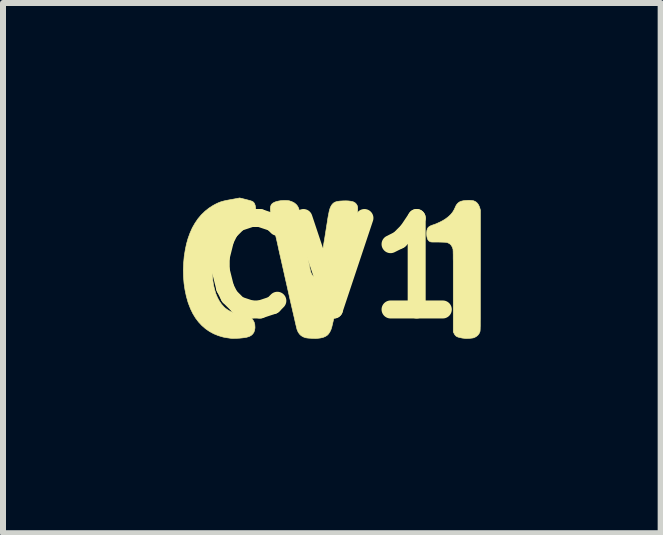
<source format=kicad_pcb>
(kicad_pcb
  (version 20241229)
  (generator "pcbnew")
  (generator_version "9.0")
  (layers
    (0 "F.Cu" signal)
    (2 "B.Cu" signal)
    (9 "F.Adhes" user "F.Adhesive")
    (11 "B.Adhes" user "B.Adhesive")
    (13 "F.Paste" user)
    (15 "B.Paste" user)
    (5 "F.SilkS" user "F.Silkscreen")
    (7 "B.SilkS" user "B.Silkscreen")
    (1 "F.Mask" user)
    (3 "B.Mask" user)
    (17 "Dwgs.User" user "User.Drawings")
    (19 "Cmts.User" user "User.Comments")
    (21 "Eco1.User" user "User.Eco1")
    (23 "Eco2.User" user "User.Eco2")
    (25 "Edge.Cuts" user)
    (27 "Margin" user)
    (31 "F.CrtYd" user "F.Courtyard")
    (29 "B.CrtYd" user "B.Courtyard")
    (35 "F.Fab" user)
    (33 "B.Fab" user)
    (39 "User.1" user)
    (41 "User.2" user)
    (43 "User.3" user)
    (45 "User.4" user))
  (footprint "CV1"
    (layer "F.Cu")
    (at 2.479 1.418)
    (property "Reference" "CV1" (at 0 0 0) (layer "F.SilkS") (effects (font (size 1.524 1.524) (thickness 0.3))))
    (attr through_hole)
    (fp_poly (pts (xy 2.302 -1.129) (xy 2.333 -1.127) (xy 2.359 -1.123) (xy 2.371 -1.119) (xy 2.401 -1.104) (xy 2.426 -1.082) (xy 2.447 -1.052) (xy 2.463 -1.016) (xy 2.467 -1.002) (xy 2.477 -0.966) (xy 2.477 0.035) (xy 2.476 0.146) (xy 2.476 0.248) (xy 2.476 0.342) (xy 2.476 0.428) (xy 2.476 0.508) (xy 2.476 0.58) (xy 2.476 0.645) (xy 2.476 0.704) (xy 2.476 0.757) (xy 2.476 0.804) (xy 2.476 0.846) (xy 2.475 0.882) (xy 2.475 0.915) (xy 2.475 0.943) (xy 2.475 0.966) (xy 2.474 0.987) (xy 2.474 1.004) (xy 2.473 1.018) (xy 2.473 1.029) (xy 2.472 1.038) (xy 2.472 1.045) (xy 2.471 1.051) (xy 2.47 1.055) (xy 2.469 1.059) (xy 2.469 1.061) (xy 2.454 1.093) (xy 2.433 1.12) (xy 2.405 1.142) (xy 2.372 1.159) (xy 2.366 1.161) (xy 2.347 1.165) (xy 2.323 1.168) (xy 2.295 1.171) (xy 2.267 1.172) (xy 2.24 1.173) (xy 2.217 1.171) (xy 2.216 1.171) (xy 2.174 1.166) (xy 2.14 1.159) (xy 2.112 1.152) (xy 2.09 1.144) (xy 2.073 1.134) (xy 2.059 1.121) (xy 2.047 1.105) (xy 2.04 1.092) (xy 2.025 1.062) (xy 2.025 0.383) (xy 2.025 0.289) (xy 2.025 0.203) (xy 2.025 0.125) (xy 2.025 0.054) (xy 2.025 -0.008) (xy 2.025 -0.064) (xy 2.025 -0.114) (xy 2.024 -0.157) (xy 2.024 -0.194) (xy 2.024 -0.225) (xy 2.023 -0.251) (xy 2.023 -0.273) (xy 2.022 -0.289) (xy 2.021 -0.302) (xy 2.021 -0.311) (xy 2.02 -0.316) (xy 2.02 -0.317) (xy 2.007 -0.353) (xy 1.989 -0.382) (xy 1.967 -0.404) (xy 1.938 -0.42) (xy 1.91 -0.429) (xy 1.898 -0.43) (xy 1.879 -0.431) (xy 1.853 -0.432) (xy 1.822 -0.433) (xy 1.786 -0.434) (xy 1.771 -0.434) (xy 1.735 -0.434) (xy 1.706 -0.434) (xy 1.684 -0.434) (xy 1.668 -0.435) (xy 1.655 -0.436) (xy 1.646 -0.438) (xy 1.639 -0.44) (xy 1.638 -0.441) (xy 1.618 -0.453) (xy 1.602 -0.473) (xy 1.591 -0.5) (xy 1.584 -0.534) (xy 1.581 -0.574) (xy 1.582 -0.593) (xy 1.585 -0.626) (xy 1.593 -0.653) (xy 1.605 -0.675) (xy 1.624 -0.692) (xy 1.65 -0.706) (xy 1.676 -0.716) (xy 1.736 -0.737) (xy 1.794 -0.763) (xy 1.849 -0.791) (xy 1.897 -0.821) (xy 1.939 -0.853) (xy 1.952 -0.864) (xy 1.986 -0.897) (xy 2.014 -0.932) (xy 2.037 -0.97) (xy 2.058 -1.014) (xy 2.063 -1.027) (xy 2.077 -1.053) (xy 2.097 -1.078) (xy 2.121 -1.098) (xy 2.146 -1.111) (xy 2.147 -1.111) (xy 2.171 -1.118) (xy 2.2 -1.124) (xy 2.234 -1.127) (xy 2.268 -1.129) (xy 2.302 -1.129)) (stroke (width 0.01) (type solid)) (fill yes) (layer "F.SilkS"))
    (fp_poly (pts (xy -1.436 -1.145) (xy -1.398 -1.135) (xy -1.368 -1.127) (xy -1.345 -1.12) (xy -1.327 -1.113) (xy -1.313 -1.105) (xy -1.303 -1.097) (xy -1.295 -1.087) (xy -1.288 -1.076) (xy -1.286 -1.072) (xy -1.275 -1.041) (xy -1.269 -1.006) (xy -1.268 -0.968) (xy -1.27 -0.949) (xy -1.277 -0.907) (xy -1.286 -0.873) (xy -1.298 -0.845) (xy -1.314 -0.822) (xy -1.325 -0.81) (xy -1.342 -0.796) (xy -1.361 -0.785) (xy -1.382 -0.776) (xy -1.407 -0.768) (xy -1.437 -0.762) (xy -1.474 -0.757) (xy -1.491 -0.756) (xy -1.527 -0.752) (xy -1.556 -0.748) (xy -1.581 -0.745) (xy -1.602 -0.741) (xy -1.621 -0.736) (xy -1.641 -0.731) (xy -1.649 -0.729) (xy -1.699 -0.711) (xy -1.745 -0.686) (xy -1.785 -0.656) (xy -1.821 -0.618) (xy -1.853 -0.573) (xy -1.881 -0.521) (xy -1.906 -0.461) (xy -1.909 -0.453) (xy -1.936 -0.371) (xy -1.957 -0.289) (xy -1.972 -0.207) (xy -1.983 -0.12) (xy -1.989 -0.055) (xy -1.992 0.036) (xy -1.989 0.123) (xy -1.982 0.206) (xy -1.97 0.285) (xy -1.952 0.36) (xy -1.931 0.429) (xy -1.904 0.493) (xy -1.873 0.55) (xy -1.838 0.601) (xy -1.799 0.645) (xy -1.774 0.668) (xy -1.735 0.696) (xy -1.696 0.719) (xy -1.658 0.734) (xy -1.623 0.743) (xy -1.607 0.744) (xy -1.552 0.748) (xy -1.499 0.758) (xy -1.45 0.772) (xy -1.404 0.792) (xy -1.365 0.815) (xy -1.34 0.835) (xy -1.313 0.866) (xy -1.294 0.9) (xy -1.283 0.939) (xy -1.28 0.981) (xy -1.28 0.999) (xy -1.287 1.039) (xy -1.299 1.072) (xy -1.319 1.1) (xy -1.345 1.123) (xy -1.377 1.14) (xy -1.417 1.152) (xy -1.424 1.154) (xy -1.457 1.159) (xy -1.497 1.164) (xy -1.539 1.168) (xy -1.583 1.17) (xy -1.624 1.171) (xy -1.66 1.171) (xy -1.666 1.171) (xy -1.689 1.169) (xy -1.716 1.165) (xy -1.746 1.161) (xy -1.775 1.156) (xy -1.801 1.151) (xy -1.811 1.149) (xy -1.892 1.125) (xy -1.968 1.094) (xy -2.039 1.055) (xy -2.104 1.01) (xy -2.165 0.957) (xy -2.22 0.898) (xy -2.27 0.832) (xy -2.315 0.758) (xy -2.354 0.678) (xy -2.388 0.59) (xy -2.396 0.567) (xy -2.424 0.468) (xy -2.446 0.363) (xy -2.462 0.255) (xy -2.471 0.143) (xy -2.474 0.031) (xy -2.469 -0.083) (xy -2.459 -0.196) (xy -2.441 -0.308) (xy -2.421 -0.403) (xy -2.394 -0.498) (xy -2.361 -0.588) (xy -2.323 -0.673) (xy -2.278 -0.751) (xy -2.229 -0.823) (xy -2.174 -0.888) (xy -2.113 -0.947) (xy -2.048 -0.999) (xy -1.978 -1.044) (xy -1.941 -1.064) (xy -1.915 -1.077) (xy -1.891 -1.088) (xy -1.869 -1.097) (xy -1.847 -1.105) (xy -1.823 -1.112) (xy -1.797 -1.119) (xy -1.766 -1.126) (xy -1.73 -1.133) (xy -1.687 -1.141) (xy -1.675 -1.143) (xy -1.535 -1.169) (xy -1.436 -1.145)) (stroke (width 0.01) (type solid)) (fill yes) (layer "F.SilkS"))
    (fp_poly (pts (xy -0.764 -1.127) (xy -0.742 -1.126) (xy -0.723 -1.124) (xy -0.71 -1.122) (xy -0.709 -1.122) (xy -0.664 -1.107) (xy -0.625 -1.087) (xy -0.594 -1.062) (xy -0.569 -1.032) (xy -0.552 -0.997) (xy -0.55 -0.992) (xy -0.547 -0.981) (xy -0.542 -0.961) (xy -0.537 -0.934) (xy -0.53 -0.901) (xy -0.523 -0.863) (xy -0.515 -0.82) (xy -0.506 -0.772) (xy -0.497 -0.722) (xy -0.488 -0.672) (xy -0.482 -0.637) (xy -0.475 -0.596) (xy -0.467 -0.552) (xy -0.458 -0.504) (xy -0.449 -0.455) (xy -0.44 -0.403) (xy -0.43 -0.351) (xy -0.421 -0.299) (xy -0.411 -0.248) (xy -0.402 -0.198) (xy -0.393 -0.151) (xy -0.385 -0.106) (xy -0.377 -0.066) (xy -0.37 -0.031) (xy -0.365 -0.001) (xy -0.36 0.023) (xy -0.356 0.039) (xy -0.355 0.047) (xy -0.343 0.083) (xy -0.328 0.112) (xy -0.312 0.132) (xy -0.294 0.144) (xy -0.291 0.144) (xy -0.275 0.147) (xy -0.262 0.141) (xy -0.252 0.128) (xy -0.249 0.119) (xy -0.244 0.103) (xy -0.237 0.081) (xy -0.23 0.055) (xy -0.221 0.025) (xy -0.213 -0.006) (xy -0.205 -0.037) (xy -0.197 -0.068) (xy -0.19 -0.097) (xy -0.184 -0.12) (xy -0.179 -0.147) (xy -0.172 -0.178) (xy -0.166 -0.214) (xy -0.158 -0.256) (xy -0.15 -0.304) (xy -0.141 -0.358) (xy -0.131 -0.42) (xy -0.119 -0.489) (xy -0.107 -0.566) (xy -0.094 -0.648) (xy -0.084 -0.711) (xy -0.075 -0.767) (xy -0.068 -0.815) (xy -0.061 -0.856) (xy -0.054 -0.892) (xy -0.048 -0.922) (xy -0.043 -0.947) (xy -0.037 -0.969) (xy -0.032 -0.987) (xy -0.026 -1.003) (xy -0.021 -1.016) (xy -0.014 -1.029) (xy -0.008 -1.04) (xy -0.003 -1.049) (xy 0.014 -1.07) (xy 0.033 -1.087) (xy 0.056 -1.1) (xy 0.084 -1.109) (xy 0.119 -1.115) (xy 0.137 -1.117) (xy 0.189 -1.12) (xy 0.237 -1.121) (xy 0.28 -1.119) (xy 0.318 -1.114) (xy 0.349 -1.107) (xy 0.364 -1.102) (xy 0.391 -1.086) (xy 0.412 -1.064) (xy 0.426 -1.037) (xy 0.432 -1.013) (xy 0.432 -0.996) (xy 0.432 -0.971) (xy 0.429 -0.941) (xy 0.425 -0.908) (xy 0.42 -0.872) (xy 0.414 -0.836) (xy 0.412 -0.827) (xy 0.408 -0.809) (xy 0.402 -0.783) (xy 0.395 -0.751) (xy 0.387 -0.712) (xy 0.377 -0.667) (xy 0.365 -0.617) (xy 0.353 -0.561) (xy 0.339 -0.502) (xy 0.325 -0.438) (xy 0.31 -0.37) (xy 0.294 -0.3) (xy 0.277 -0.227) (xy 0.26 -0.152) (xy 0.243 -0.076) (xy 0.225 0.001) (xy 0.208 0.079) (xy 0.19 0.156) (xy 0.173 0.233) (xy 0.155 0.309) (xy 0.138 0.384) (xy 0.122 0.456) (xy 0.106 0.526) (xy 0.091 0.592) (xy 0.076 0.655) (xy 0.063 0.714) (xy 0.05 0.769) (xy 0.039 0.818) (xy 0.029 0.862) (xy 0.02 0.899) (xy 0.013 0.93) (xy 0.007 0.954) (xy 0.003 0.97) (xy 0.002 0.977) (xy -0.013 1.024) (xy -0.032 1.064) (xy -0.053 1.096) (xy -0.079 1.122) (xy -0.111 1.141) (xy -0.148 1.156) (xy -0.191 1.165) (xy -0.223 1.169) (xy -0.243 1.171) (xy -0.261 1.172) (xy -0.275 1.173) (xy -0.28 1.173) (xy -0.289 1.172) (xy -0.304 1.172) (xy -0.324 1.171) (xy -0.346 1.17) (xy -0.353 1.169) (xy -0.377 1.168) (xy -0.4 1.166) (xy -0.42 1.163) (xy -0.434 1.161) (xy -0.436 1.161) (xy -0.476 1.146) (xy -0.51 1.126) (xy -0.538 1.099) (xy -0.561 1.065) (xy -0.578 1.025) (xy -0.581 1.016) (xy -0.583 1.006) (xy -0.588 0.988) (xy -0.594 0.962) (xy -0.602 0.929) (xy -0.611 0.89) (xy -0.621 0.844) (xy -0.633 0.793) (xy -0.646 0.737) (xy -0.66 0.676) (xy -0.675 0.611) (xy -0.691 0.542) (xy -0.707 0.47) (xy -0.724 0.395) (xy -0.741 0.319) (xy -0.759 0.24) (xy -0.777 0.161) (xy -0.795 0.08) (xy -0.813 -0.000035) (xy -0.831 -0.08) (xy -0.849 -0.16) (xy -0.867 -0.238) (xy -0.884 -0.314) (xy -0.9 -0.389) (xy -0.916 -0.46) (xy -0.932 -0.528) (xy -0.946 -0.593) (xy -0.959 -0.653) (xy -0.972 -0.709) (xy -0.983 -0.759) (xy -0.993 -0.804) (xy -1.001 -0.843) (xy -1.008 -0.875) (xy -1.013 -0.899) (xy -1.016 -0.917) (xy -1.018 -0.924) (xy -1.023 -0.964) (xy -1.024 -0.998) (xy -1.02 -1.026) (xy -1.011 -1.05) (xy -1.002 -1.065) (xy -0.984 -1.081) (xy -0.959 -1.096) (xy -0.927 -1.108) (xy -0.89 -1.117) (xy -0.848 -1.124) (xy -0.803 -1.127) (xy -0.788 -1.127) (xy -0.764 -1.127)) (stroke (width 0.01) (type solid)) (fill yes) (layer "F.SilkS")))
  (gr_rect
    (start -3 -3)
    (end 7.96 5.836)
    (stroke (width 0.1) (type default))
    (fill no)
    (layer "Edge.Cuts")))
</source>
